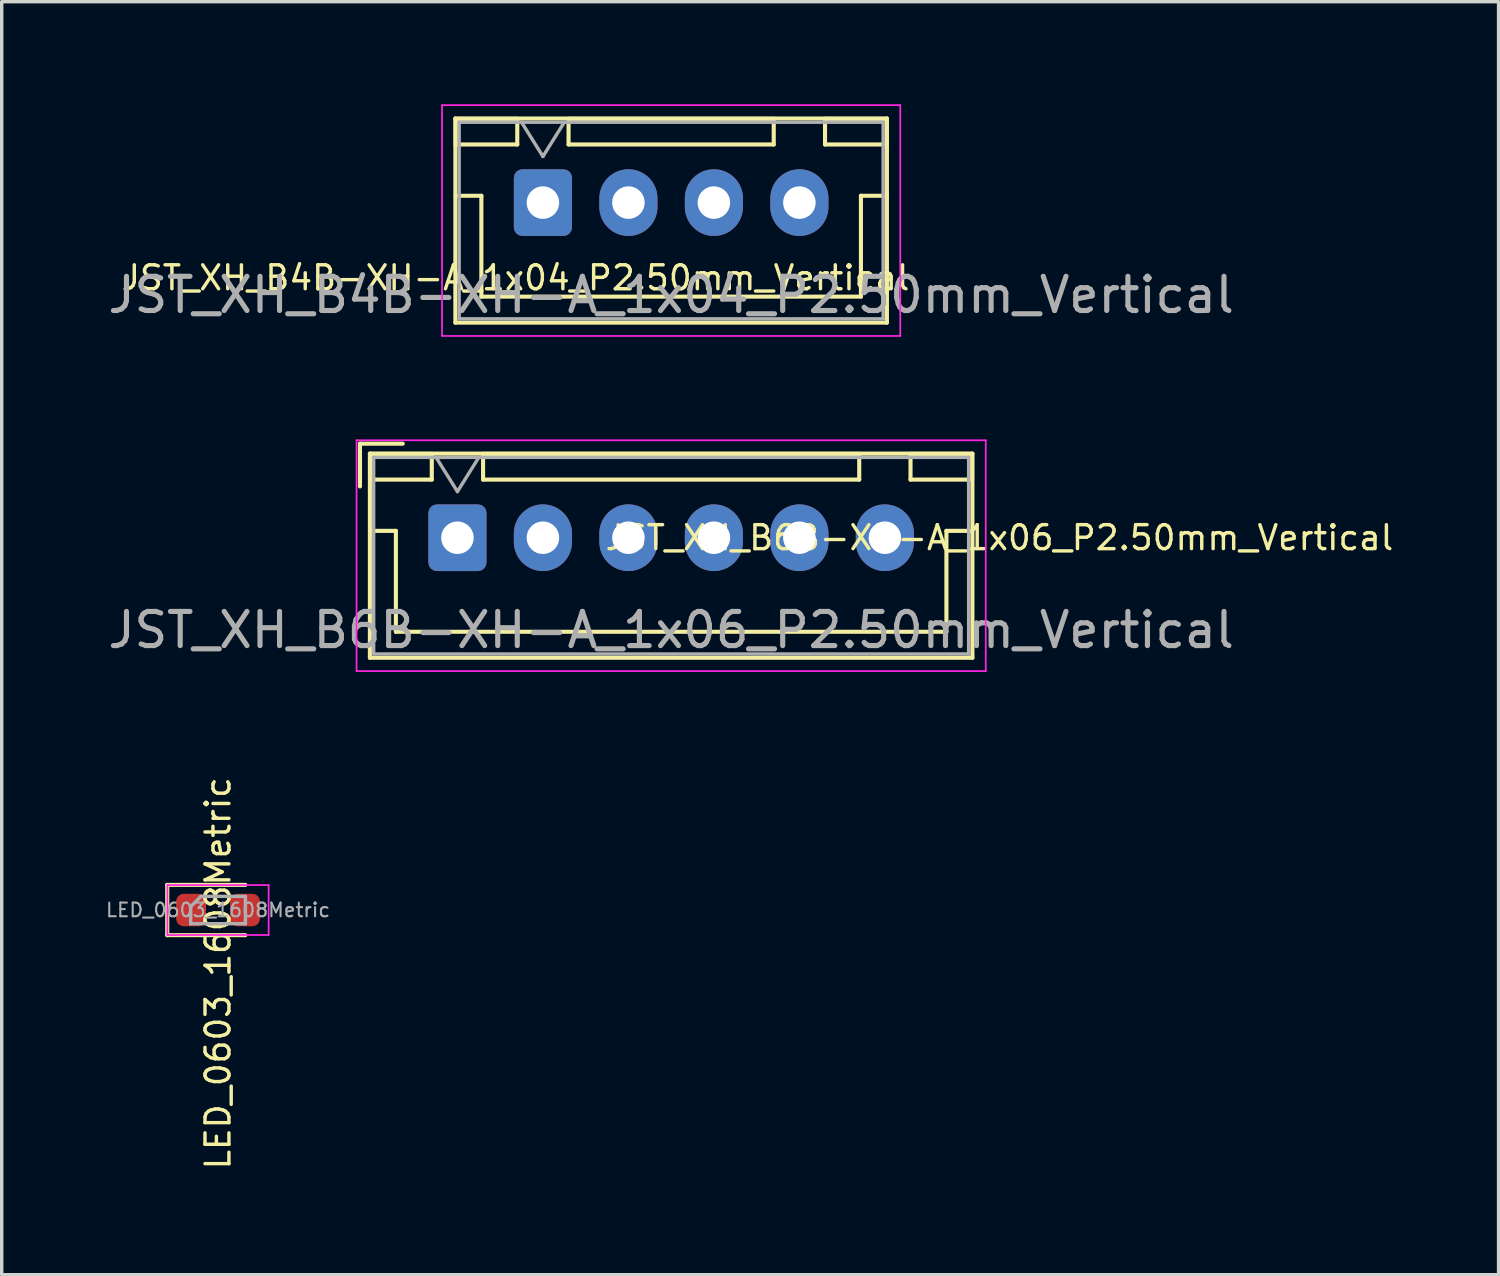
<source format=kicad_pcb>
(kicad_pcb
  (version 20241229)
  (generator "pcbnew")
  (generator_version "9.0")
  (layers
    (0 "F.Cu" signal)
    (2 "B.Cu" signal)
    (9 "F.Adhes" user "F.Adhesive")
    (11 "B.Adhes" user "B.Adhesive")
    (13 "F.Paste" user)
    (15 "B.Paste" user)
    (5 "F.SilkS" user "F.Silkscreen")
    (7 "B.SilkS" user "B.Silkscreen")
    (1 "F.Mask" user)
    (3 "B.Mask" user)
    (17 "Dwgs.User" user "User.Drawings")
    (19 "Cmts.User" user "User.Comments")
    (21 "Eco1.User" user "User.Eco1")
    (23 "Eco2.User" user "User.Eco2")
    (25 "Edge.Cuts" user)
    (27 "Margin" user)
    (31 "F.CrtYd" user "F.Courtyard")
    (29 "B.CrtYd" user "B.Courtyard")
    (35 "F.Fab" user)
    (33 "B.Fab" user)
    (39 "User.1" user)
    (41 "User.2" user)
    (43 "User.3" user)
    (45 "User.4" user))
  (footprint "JST_XH_B6B-XH-A_1x06_P2.50mm_Vertical"
    (layer "F.Cu")
    (at 10.327 12.675)
    (property "Reference" "JST_XH_B6B-XH-A_1x06_P2.50mm_Vertical" (at 15.85 0 0) (unlocked yes) (layer "F.SilkS") (effects (font (size 0.7 0.7) (thickness 0.1))))
    (attr through_hole)
    (fp_line (start -2.85 -2.75) (end -2.85 -1.5) (stroke (width 0.12) (type solid)) (layer "F.SilkS"))
    (fp_line (start -2.56 -2.46) (end -2.56 3.51) (stroke (width 0.12) (type solid)) (layer "F.SilkS"))
    (fp_line (start -2.56 3.51) (end 15.06 3.51) (stroke (width 0.12) (type solid)) (layer "F.SilkS"))
    (fp_line (start -2.55 -2.45) (end -2.55 -1.7) (stroke (width 0.12) (type solid)) (layer "F.SilkS"))
    (fp_line (start -2.55 -1.7) (end -0.75 -1.7) (stroke (width 0.12) (type solid)) (layer "F.SilkS"))
    (fp_line (start -2.55 -0.2) (end -1.8 -0.2) (stroke (width 0.12) (type solid)) (layer "F.SilkS"))
    (fp_line (start -1.8 -0.2) (end -1.8 2.75) (stroke (width 0.12) (type solid)) (layer "F.SilkS"))
    (fp_line (start -1.8 2.75) (end 6.25 2.75) (stroke (width 0.12) (type solid)) (layer "F.SilkS"))
    (fp_line (start -1.6 -2.75) (end -2.85 -2.75) (stroke (width 0.12) (type solid)) (layer "F.SilkS"))
    (fp_line (start -0.75 -2.45) (end -2.55 -2.45) (stroke (width 0.12) (type solid)) (layer "F.SilkS"))
    (fp_line (start -0.75 -1.7) (end -0.75 -2.45) (stroke (width 0.12) (type solid)) (layer "F.SilkS"))
    (fp_line (start 0.75 -2.45) (end 0.75 -1.7) (stroke (width 0.12) (type solid)) (layer "F.SilkS"))
    (fp_line (start 0.75 -1.7) (end 11.75 -1.7) (stroke (width 0.12) (type solid)) (layer "F.SilkS"))
    (fp_line (start 11.75 -2.45) (end 0.75 -2.45) (stroke (width 0.12) (type solid)) (layer "F.SilkS"))
    (fp_line (start 11.75 -1.7) (end 11.75 -2.45) (stroke (width 0.12) (type solid)) (layer "F.SilkS"))
    (fp_line (start 13.25 -2.45) (end 13.25 -1.7) (stroke (width 0.12) (type solid)) (layer "F.SilkS"))
    (fp_line (start 13.25 -1.7) (end 15.05 -1.7) (stroke (width 0.12) (type solid)) (layer "F.SilkS"))
    (fp_line (start 14.3 -0.2) (end 14.3 2.75) (stroke (width 0.12) (type solid)) (layer "F.SilkS"))
    (fp_line (start 14.3 2.75) (end 6.25 2.75) (stroke (width 0.12) (type solid)) (layer "F.SilkS"))
    (fp_line (start 15.05 -2.45) (end 13.25 -2.45) (stroke (width 0.12) (type solid)) (layer "F.SilkS"))
    (fp_line (start 15.05 -1.7) (end 15.05 -2.45) (stroke (width 0.12) (type solid)) (layer "F.SilkS"))
    (fp_line (start 15.05 -0.2) (end 14.3 -0.2) (stroke (width 0.12) (type solid)) (layer "F.SilkS"))
    (fp_line (start 15.06 -2.46) (end -2.56 -2.46) (stroke (width 0.12) (type solid)) (layer "F.SilkS"))
    (fp_line (start 15.06 3.51) (end 15.06 -2.46) (stroke (width 0.12) (type solid)) (layer "F.SilkS"))
    (fp_line (start -2.95 -2.85) (end -2.95 3.9) (stroke (width 0.05) (type solid)) (layer "F.CrtYd"))
    (fp_line (start -2.95 3.9) (end 15.45 3.9) (stroke (width 0.05) (type solid)) (layer "F.CrtYd"))
    (fp_line (start 15.45 -2.85) (end -2.95 -2.85) (stroke (width 0.05) (type solid)) (layer "F.CrtYd"))
    (fp_line (start 15.45 3.9) (end 15.45 -2.85) (stroke (width 0.05) (type solid)) (layer "F.CrtYd"))
    (fp_line (start -2.45 -2.35) (end -2.45 3.4) (stroke (width 0.1) (type solid)) (layer "F.Fab"))
    (fp_line (start -2.45 3.4) (end 14.95 3.4) (stroke (width 0.1) (type solid)) (layer "F.Fab"))
    (fp_line (start -0.625 -2.35) (end 0 -1.35) (stroke (width 0.1) (type solid)) (layer "F.Fab"))
    (fp_line (start 0 -1.35) (end 0.625 -2.35) (stroke (width 0.1) (type solid)) (layer "F.Fab"))
    (fp_line (start 14.95 -2.35) (end -2.45 -2.35) (stroke (width 0.1) (type solid)) (layer "F.Fab"))
    (fp_line (start 14.95 3.4) (end 14.95 -2.35) (stroke (width 0.1) (type solid)) (layer "F.Fab"))
    (fp_text user "${REFERENCE}" (at 6.25 2.7 0) (unlocked yes) (layer "F.Fab") (effects (font (size 1 1) (thickness 0.15))))
    (pad "1" thru_hole roundrect (at 0 0) (size 1.7 1.95) (drill 0.95) (layers "*.Cu" "*.Mask") (roundrect_rratio 0.147))
    (pad "2" thru_hole oval (at 2.5 0) (size 1.7 1.95) (drill 0.95) (layers "*.Cu" "*.Mask"))
    (pad "3" thru_hole oval (at 5 0) (size 1.7 1.95) (drill 0.95) (layers "*.Cu" "*.Mask"))
    (pad "4" thru_hole oval (at 7.5 0) (size 1.7 1.95) (drill 0.95) (layers "*.Cu" "*.Mask"))
    (pad "5" thru_hole oval (at 10 0) (size 1.7 1.95) (drill 0.95) (layers "*.Cu" "*.Mask"))
    (pad "6" thru_hole oval (at 12.5 0) (size 1.7 1.95) (drill 0.95) (layers "*.Cu" "*.Mask")))
  (footprint "JST_XH_B4B-XH-A_1x04_P2.50mm_Vertical"
    (layer "F.Cu")
    (at 12.827 2.875)
    (property "Reference" "JST_XH_B4B-XH-A_1x04_P2.50mm_Vertical" (at -0.8 2.2 0) (unlocked yes) (layer "F.SilkS") (effects (font (size 0.7 0.7) (thickness 0.1))))
    (attr through_hole)
    (fp_line (start -2.56 -2.46) (end -2.56 3.51) (stroke (width 0.12) (type solid)) (layer "F.SilkS"))
    (fp_line (start -2.56 3.51) (end 10.06 3.51) (stroke (width 0.12) (type solid)) (layer "F.SilkS"))
    (fp_line (start -2.55 -2.45) (end -2.55 -1.7) (stroke (width 0.12) (type solid)) (layer "F.SilkS"))
    (fp_line (start -2.55 -1.7) (end -0.75 -1.7) (stroke (width 0.12) (type solid)) (layer "F.SilkS"))
    (fp_line (start -2.55 -0.2) (end -1.8 -0.2) (stroke (width 0.12) (type solid)) (layer "F.SilkS"))
    (fp_line (start -1.8 -0.2) (end -1.8 2.75) (stroke (width 0.12) (type solid)) (layer "F.SilkS"))
    (fp_line (start -1.8 2.75) (end 3.75 2.75) (stroke (width 0.12) (type solid)) (layer "F.SilkS"))
    (fp_line (start -0.75 -2.45) (end -2.55 -2.45) (stroke (width 0.12) (type solid)) (layer "F.SilkS"))
    (fp_line (start -0.75 -1.7) (end -0.75 -2.45) (stroke (width 0.12) (type solid)) (layer "F.SilkS"))
    (fp_line (start 0.75 -2.45) (end 0.75 -1.7) (stroke (width 0.12) (type solid)) (layer "F.SilkS"))
    (fp_line (start 0.75 -1.7) (end 6.75 -1.7) (stroke (width 0.12) (type solid)) (layer "F.SilkS"))
    (fp_line (start 6.75 -2.45) (end 0.75 -2.45) (stroke (width 0.12) (type solid)) (layer "F.SilkS"))
    (fp_line (start 6.75 -1.7) (end 6.75 -2.45) (stroke (width 0.12) (type solid)) (layer "F.SilkS"))
    (fp_line (start 8.25 -2.45) (end 8.25 -1.7) (stroke (width 0.12) (type solid)) (layer "F.SilkS"))
    (fp_line (start 8.25 -1.7) (end 10.05 -1.7) (stroke (width 0.12) (type solid)) (layer "F.SilkS"))
    (fp_line (start 9.3 -0.2) (end 9.3 2.75) (stroke (width 0.12) (type solid)) (layer "F.SilkS"))
    (fp_line (start 9.3 2.75) (end 3.75 2.75) (stroke (width 0.12) (type solid)) (layer "F.SilkS"))
    (fp_line (start 10.05 -2.45) (end 8.25 -2.45) (stroke (width 0.12) (type solid)) (layer "F.SilkS"))
    (fp_line (start 10.05 -1.7) (end 10.05 -2.45) (stroke (width 0.12) (type solid)) (layer "F.SilkS"))
    (fp_line (start 10.05 -0.2) (end 9.3 -0.2) (stroke (width 0.12) (type solid)) (layer "F.SilkS"))
    (fp_line (start 10.06 -2.46) (end -2.56 -2.46) (stroke (width 0.12) (type solid)) (layer "F.SilkS"))
    (fp_line (start 10.06 3.51) (end 10.06 -2.46) (stroke (width 0.12) (type solid)) (layer "F.SilkS"))
    (fp_line (start -2.95 -2.85) (end -2.95 3.9) (stroke (width 0.05) (type solid)) (layer "F.CrtYd"))
    (fp_line (start -2.95 3.9) (end 10.45 3.9) (stroke (width 0.05) (type solid)) (layer "F.CrtYd"))
    (fp_line (start 10.45 -2.85) (end -2.95 -2.85) (stroke (width 0.05) (type solid)) (layer "F.CrtYd"))
    (fp_line (start 10.45 3.9) (end 10.45 -2.85) (stroke (width 0.05) (type solid)) (layer "F.CrtYd"))
    (fp_line (start -2.45 -2.35) (end -2.45 3.4) (stroke (width 0.1) (type solid)) (layer "F.Fab"))
    (fp_line (start -2.45 3.4) (end 9.95 3.4) (stroke (width 0.1) (type solid)) (layer "F.Fab"))
    (fp_line (start -0.625 -2.35) (end 0 -1.35) (stroke (width 0.1) (type solid)) (layer "F.Fab"))
    (fp_line (start 0 -1.35) (end 0.625 -2.35) (stroke (width 0.1) (type solid)) (layer "F.Fab"))
    (fp_line (start 9.95 -2.35) (end -2.45 -2.35) (stroke (width 0.1) (type solid)) (layer "F.Fab"))
    (fp_line (start 9.95 3.4) (end 9.95 -2.35) (stroke (width 0.1) (type solid)) (layer "F.Fab"))
    (fp_text user "${REFERENCE}" (at 3.75 2.7 0) (unlocked yes) (layer "F.Fab") (effects (font (size 1 1) (thickness 0.15))))
    (pad "1" thru_hole roundrect (at 0 0) (size 1.7 1.95) (drill 0.95) (layers "*.Cu" "*.Mask") (roundrect_rratio 0.147))
    (pad "2" thru_hole oval (at 2.5 0) (size 1.7 1.95) (drill 0.95) (layers "*.Cu" "*.Mask"))
    (pad "3" thru_hole oval (at 5 0) (size 1.7 1.95) (drill 0.95) (layers "*.Cu" "*.Mask"))
    (pad "4" thru_hole oval (at 7.5 0) (size 1.7 1.95) (drill 0.95) (layers "*.Cu" "*.Mask")))
  (footprint "LED_0603_1608Metric"
    (layer "F.Cu")
    (at 3.326 23.563)
    (property "Reference" "LED_0603_1608Metric" (at 0 1.85 90) (unlocked yes) (layer "F.SilkS") (effects (font (size 0.7 0.7) (thickness 0.1))))
    (attr smd)
    (fp_line (start -1.485 -0.735) (end -1.485 0.735) (stroke (width 0.12) (type solid)) (layer "F.SilkS"))
    (fp_line (start -1.485 0.735) (end 0.8 0.735) (stroke (width 0.12) (type solid)) (layer "F.SilkS"))
    (fp_line (start 0.8 -0.735) (end -1.485 -0.735) (stroke (width 0.12) (type solid)) (layer "F.SilkS"))
    (fp_line (start -1.48 -0.73) (end 1.48 -0.73) (stroke (width 0.05) (type solid)) (layer "F.CrtYd"))
    (fp_line (start -1.48 0.73) (end -1.48 -0.73) (stroke (width 0.05) (type solid)) (layer "F.CrtYd"))
    (fp_line (start 1.48 -0.73) (end 1.48 0.73) (stroke (width 0.05) (type solid)) (layer "F.CrtYd"))
    (fp_line (start 1.48 0.73) (end -1.48 0.73) (stroke (width 0.05) (type solid)) (layer "F.CrtYd"))
    (fp_line (start -0.8 -0.1) (end -0.8 0.4) (stroke (width 0.1) (type solid)) (layer "F.Fab"))
    (fp_line (start -0.8 0.4) (end 0.8 0.4) (stroke (width 0.1) (type solid)) (layer "F.Fab"))
    (fp_line (start -0.5 -0.4) (end -0.8 -0.1) (stroke (width 0.1) (type solid)) (layer "F.Fab"))
    (fp_line (start 0.8 -0.4) (end -0.5 -0.4) (stroke (width 0.1) (type solid)) (layer "F.Fab"))
    (fp_line (start 0.8 0.4) (end 0.8 -0.4) (stroke (width 0.1) (type solid)) (layer "F.Fab"))
    (fp_text user "${REFERENCE}" (at 0 0 180) (layer "F.Fab") (effects (font (size 0.4 0.4) (thickness 0.06))))
    (pad "1" smd roundrect (at -0.787 0) (size 0.875 0.95) (layers "F.Cu" "F.Mask" "F.Paste") (roundrect_rratio 0.25))
    (pad "2" smd roundrect (at 0.787 0) (size 0.875 0.95) (layers "F.Cu" "F.Mask" "F.Paste") (roundrect_rratio 0.25)))
  (gr_rect
    (start -3 -3)
    (end 40.774 34.227)
    (stroke (width 0.1) (type default))
    (fill no)
    (layer "Edge.Cuts")))
</source>
